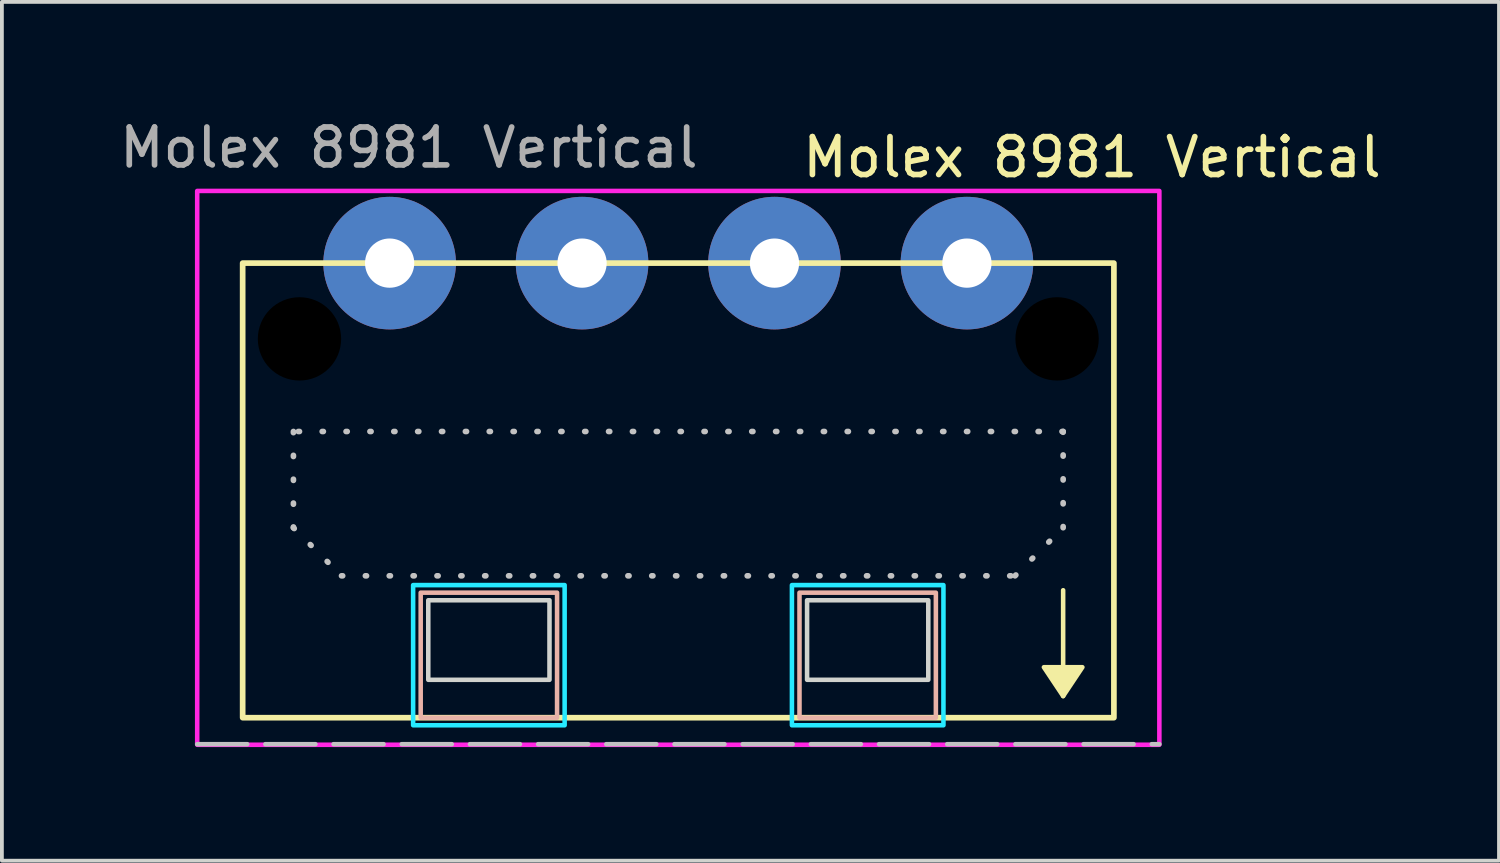
<source format=kicad_pcb>
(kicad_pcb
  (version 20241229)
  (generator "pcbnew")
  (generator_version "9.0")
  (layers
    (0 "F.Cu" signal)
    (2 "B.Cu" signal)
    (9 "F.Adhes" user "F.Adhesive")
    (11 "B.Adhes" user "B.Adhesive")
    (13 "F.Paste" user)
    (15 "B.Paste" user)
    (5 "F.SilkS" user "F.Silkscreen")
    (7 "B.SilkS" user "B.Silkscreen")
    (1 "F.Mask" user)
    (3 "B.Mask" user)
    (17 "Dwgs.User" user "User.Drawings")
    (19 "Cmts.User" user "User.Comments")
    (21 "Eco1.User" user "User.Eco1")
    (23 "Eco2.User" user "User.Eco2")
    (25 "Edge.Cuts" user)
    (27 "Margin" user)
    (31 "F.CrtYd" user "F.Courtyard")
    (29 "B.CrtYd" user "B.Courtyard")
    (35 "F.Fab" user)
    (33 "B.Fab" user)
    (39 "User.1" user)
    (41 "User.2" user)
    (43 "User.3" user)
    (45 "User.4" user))
  (footprint "Molex 8981 Vertical"
    (layer "F.Cu")
    (at 14.856 3.896)
    (property "Reference" "Molex 8981 Vertical" (at 10.922 -2.794 0) (unlocked yes) (layer "F.SilkS") (effects (font (size 1 1) (thickness 0.15))))
    (attr smd)
    (fp_line (start 10.16 8.636) (end 10.16 11.43) (stroke (width 0.12) (type solid)) (layer "F.SilkS"))
    (fp_rect (start -11.5 0) (end 11.5 12) (stroke (width 0.15) (type solid)) (fill no) (layer "F.SilkS"))
    (fp_poly (pts (xy 10.16 11.43) (xy 10.668 10.668) (xy 9.652 10.668)) (stroke (width 0.12) (type solid)) (fill yes) (layer "F.SilkS"))
    (fp_rect (start -6.8 8.7) (end -3.2 12) (stroke (width 0.12) (type solid)) (fill no) (layer "B.SilkS"))
    (fp_rect (start 3.2 8.7) (end 6.8 12) (stroke (width 0.12) (type solid)) (fill no) (layer "B.SilkS"))
    (fp_line (start -12.7 12.7) (end 12.7 12.7) (stroke (width 0.12) (type dash)) (layer "Dwgs.User"))
    (fp_poly (pts (xy -10.16 4.445) (xy -10.16 6.985) (xy -8.89 8.255) (xy 8.89 8.255) (xy 10.16 6.985) (xy 10.16 4.445)) (stroke (width 0.15) (type dot)) (fill no) (layer "Dwgs.User"))
    (fp_rect (start -6.6 8.9) (end -3.4 11) (stroke (width 0.12) (type solid)) (fill no) (layer "Edge.Cuts"))
    (fp_rect (start 3.4 8.9) (end 6.6 11) (stroke (width 0.12) (type solid)) (fill no) (layer "Edge.Cuts"))
    (fp_rect (start -7 8.5) (end -3 12.2) (stroke (width 0.12) (type solid)) (fill no) (layer "B.CrtYd"))
    (fp_rect (start 3 8.5) (end 7 12.2) (stroke (width 0.12) (type solid)) (fill no) (layer "B.CrtYd"))
    (fp_rect (start -12.7 -1.905) (end 12.7 12.715) (stroke (width 0.12) (type solid)) (fill no) (layer "F.CrtYd"))
    (fp_text user "${REFERENCE}" (at -7.112 -3.048 0) (unlocked yes) (layer "F.Fab") (effects (font (size 1 1) (thickness 0.15))))
    (pad "" np_thru_hole circle (at -10 2 90) (size 2.6 2.6) (drill 2.2) (layers "*.Mask"))
    (pad "" np_thru_hole circle (at 10 2 90) (size 2.6 2.6) (drill 2.2) (layers "*.Mask"))
    (pad "1" thru_hole circle (at -7.62 0 90) (size 3.5 3.5) (drill 1.3) (layers "*.Cu" "*.Mask"))
    (pad "4" thru_hole circle (at 7.62 0 90) (size 3.5 3.5) (drill 1.3) (layers "*.Cu" "*.Mask"))
    (pad "23" thru_hole circle (at -2.54 0 90) (size 3.5 3.5) (drill 1.3) (layers "*.Cu" "*.Mask"))
    (pad "23" thru_hole circle (at 2.54 0 90) (size 3.5 3.5) (drill 1.3) (layers "*.Cu" "*.Mask")))
  (gr_rect
    (start -3 -3)
    (end 36.522 19.671)
    (stroke (width 0.1) (type default))
    (fill no)
    (layer "Edge.Cuts")))
</source>
